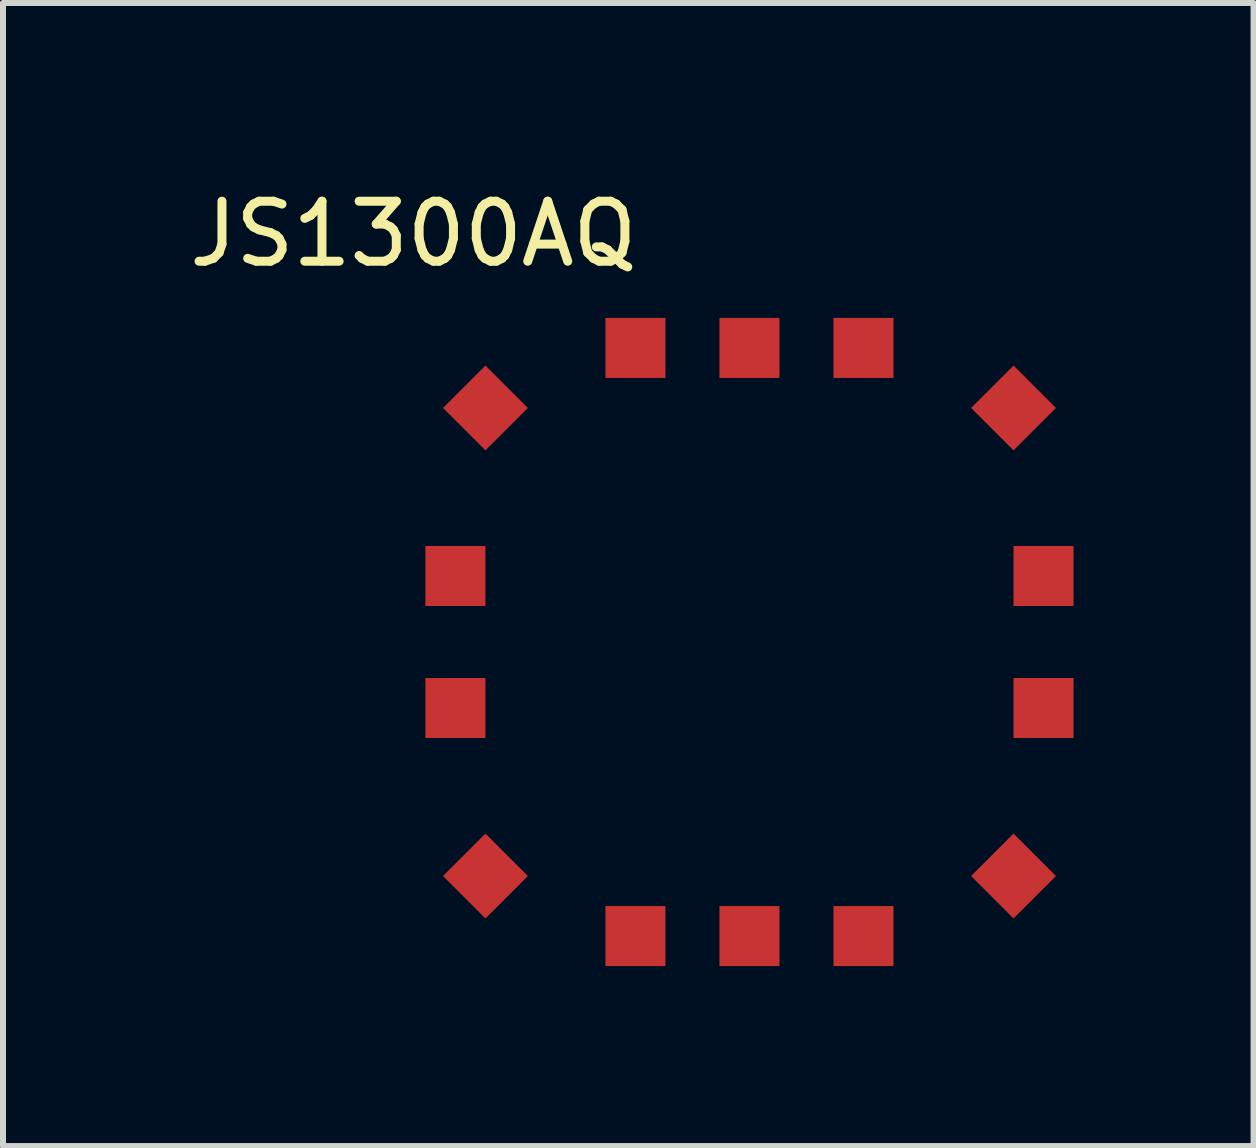
<source format=kicad_pcb>
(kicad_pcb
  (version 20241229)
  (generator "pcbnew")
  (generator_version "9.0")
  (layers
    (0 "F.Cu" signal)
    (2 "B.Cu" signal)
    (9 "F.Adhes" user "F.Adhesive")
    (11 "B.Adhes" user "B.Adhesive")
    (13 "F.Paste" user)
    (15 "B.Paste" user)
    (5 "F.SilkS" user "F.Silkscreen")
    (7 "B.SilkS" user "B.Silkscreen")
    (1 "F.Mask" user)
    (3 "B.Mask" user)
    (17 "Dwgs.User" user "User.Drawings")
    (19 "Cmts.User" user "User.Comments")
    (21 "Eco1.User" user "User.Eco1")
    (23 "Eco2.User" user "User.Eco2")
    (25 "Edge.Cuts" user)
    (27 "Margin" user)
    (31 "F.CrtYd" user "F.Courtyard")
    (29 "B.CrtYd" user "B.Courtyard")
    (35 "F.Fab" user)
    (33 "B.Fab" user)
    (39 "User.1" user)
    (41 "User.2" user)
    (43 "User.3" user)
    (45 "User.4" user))
  (footprint "JS1300AQ"
    (layer "F.Cu")
    (at 9.439 7.648)
    (property "Reference" "JS1300AQ" (at -5.6 -6.8 0) (layer "F.SilkS") (effects (font (size 1 1) (thickness 0.15))))
    (attr through_hole)
    (pad "1" smd rect (at -4.4 -3.9 45) (size 1 1) (layers "F.Cu" "F.Mask" "F.Paste"))
    (pad "2" smd rect (at 4.4 -3.9 45) (size 1 1) (layers "F.Cu" "F.Mask" "F.Paste"))
    (pad "3" smd rect (at -4.4 3.9 45) (size 1 1) (layers "F.Cu" "F.Mask" "F.Paste"))
    (pad "4" smd rect (at 4.4 3.9 45) (size 1 1) (layers "F.Cu" "F.Mask" "F.Paste"))
    (pad "A" smd rect (at -4.9 1.1) (size 1 1) (layers "F.Cu" "F.Mask" "F.Paste"))
    (pad "B" smd rect (at 4.9 1.1) (size 1 1) (layers "F.Cu" "F.Mask" "F.Paste"))
    (pad "C" smd rect (at 4.9 -1.1) (size 1 1) (layers "F.Cu" "F.Mask" "F.Paste"))
    (pad "D" smd rect (at -4.9 -1.1) (size 1 1) (layers "F.Cu" "F.Mask" "F.Paste"))
    (pad "E" smd rect (at -1.9 -4.9) (size 1 1) (layers "F.Cu" "F.Mask" "F.Paste"))
    (pad "F" smd rect (at 0 -4.9) (size 1 1) (layers "F.Cu" "F.Mask" "F.Paste"))
    (pad "G" smd rect (at 1.9 -4.9) (size 1 1) (layers "F.Cu" "F.Mask" "F.Paste"))
    (pad "H" smd rect (at -1.9 4.9) (size 1 1) (layers "F.Cu" "F.Mask" "F.Paste"))
    (pad "J" smd rect (at 0 4.9) (size 1 1) (layers "F.Cu" "F.Mask" "F.Paste"))
    (pad "K" smd rect (at 1.9 4.9) (size 1 1) (layers "F.Cu" "F.Mask" "F.Paste")))
  (gr_rect
    (start -3 -3)
    (end 17.839 16.048)
    (stroke (width 0.1) (type default))
    (fill no)
    (layer "Edge.Cuts")))
</source>
